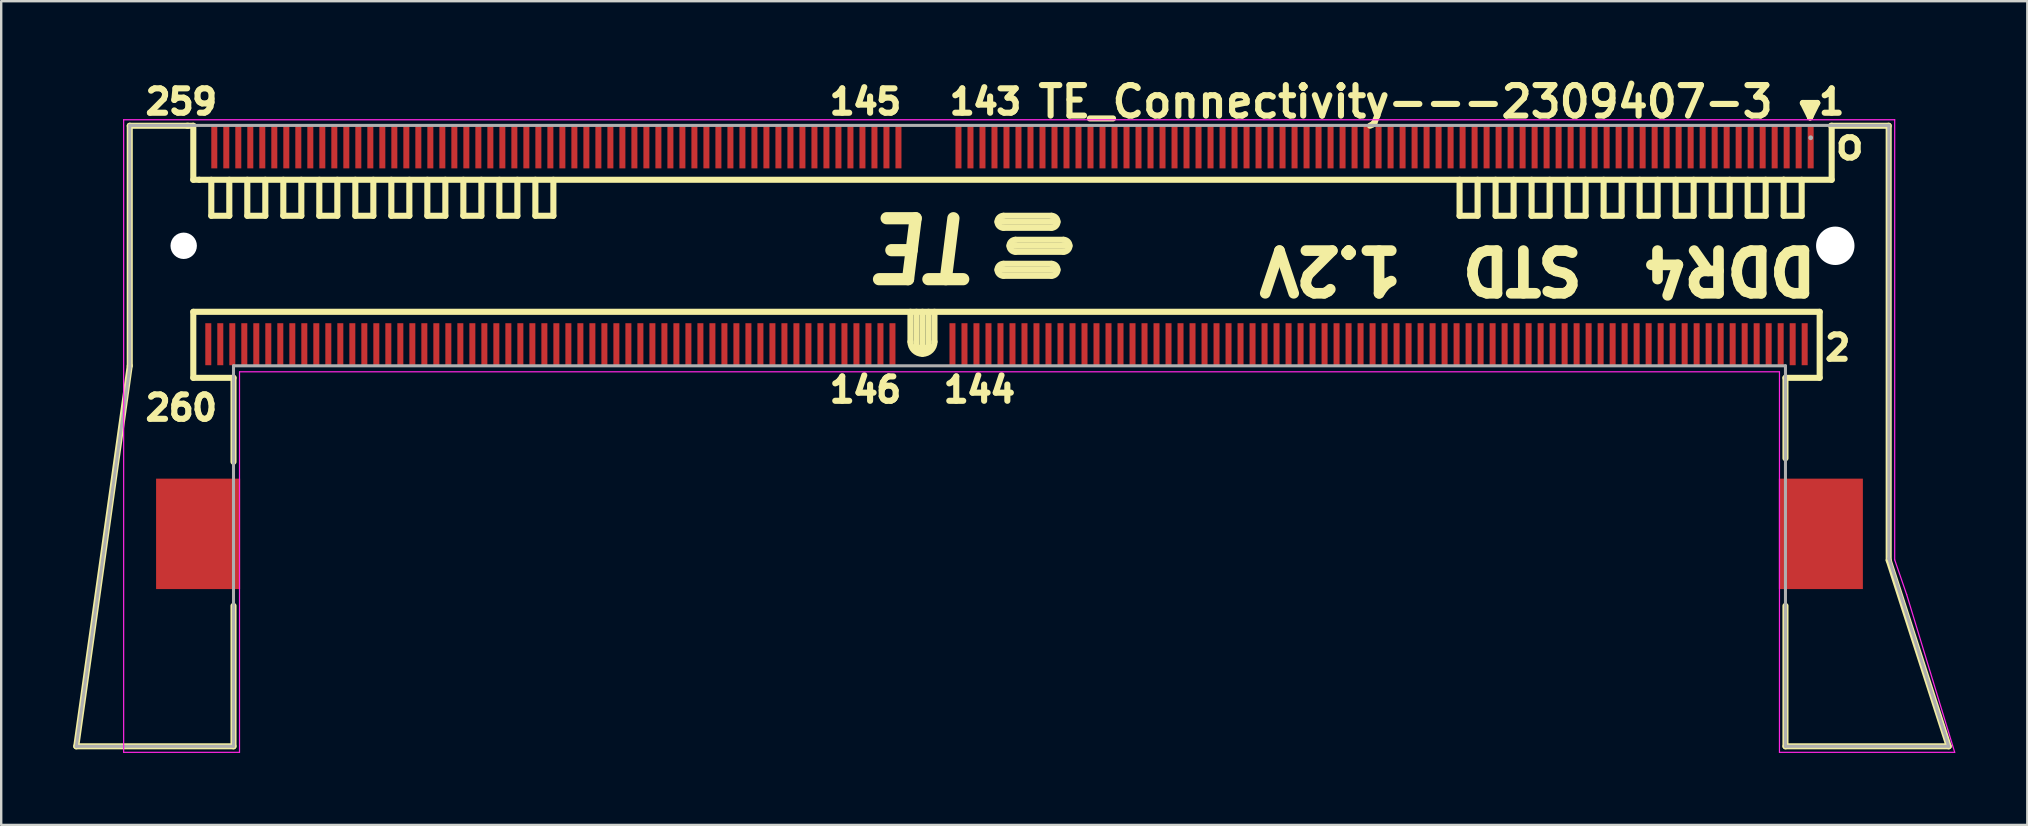
<source format=kicad_pcb>
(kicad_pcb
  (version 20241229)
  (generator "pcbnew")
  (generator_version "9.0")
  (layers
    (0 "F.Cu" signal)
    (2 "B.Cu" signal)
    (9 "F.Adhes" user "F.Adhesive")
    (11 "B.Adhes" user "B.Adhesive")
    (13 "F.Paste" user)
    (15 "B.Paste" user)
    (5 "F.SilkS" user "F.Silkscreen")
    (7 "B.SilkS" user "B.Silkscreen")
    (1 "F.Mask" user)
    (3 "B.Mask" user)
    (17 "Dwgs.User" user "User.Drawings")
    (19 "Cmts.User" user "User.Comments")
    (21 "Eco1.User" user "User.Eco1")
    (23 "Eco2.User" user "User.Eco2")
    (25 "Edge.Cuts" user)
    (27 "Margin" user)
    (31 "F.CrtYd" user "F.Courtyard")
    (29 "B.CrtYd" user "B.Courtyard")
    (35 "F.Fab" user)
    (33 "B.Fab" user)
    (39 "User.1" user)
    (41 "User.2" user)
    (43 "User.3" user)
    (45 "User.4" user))
  (footprint "TE_Connectivity---2309407-3"
    (layer "F.Cu")
    (at 35.502 7.189)
    (property "Reference" "TE_Connectivity---2309407-3" (at 20 -6 0) (layer "F.SilkS") (effects (font (size 1.27 1.27) (thickness 0.254))))
    (attr smd)
    (fp_line (start -35.375 20.85) (end -28.825 20.85) (stroke (width 0.254) (type solid)) (layer "F.SilkS"))
    (fp_line (start -33.147 -5) (end -33.147 5) (stroke (width 0.254) (type solid)) (layer "F.SilkS"))
    (fp_line (start -33.147 5) (end -35.375 20.85) (stroke (width 0.254) (type solid)) (layer "F.SilkS"))
    (fp_line (start -30.725 -5) (end -33.147 -5) (stroke (width 0.254) (type solid)) (layer "F.SilkS"))
    (fp_line (start -30.5 -5) (end -30.75 -5) (stroke (width 0.254) (type solid)) (layer "F.SilkS"))
    (fp_line (start -30.5 -2.75) (end -30.5 -5) (stroke (width 0.254) (type solid)) (layer "F.SilkS"))
    (fp_line (start -30.5 2.75) (end 37.25 2.75) (stroke (width 0.254) (type solid)) (layer "F.SilkS"))
    (fp_line (start -30.5 5.5) (end -30.5 2.75) (stroke (width 0.254) (type solid)) (layer "F.SilkS"))
    (fp_line (start -30.25 -2.75) (end -30.5 -2.75) (stroke (width 0.254) (type solid)) (layer "F.SilkS"))
    (fp_line (start -29.75 -1.25) (end -29.75 -2.75) (stroke (width 0.254) (type solid)) (layer "F.SilkS"))
    (fp_line (start -29 -2.75) (end -29 -1.25) (stroke (width 0.254) (type solid)) (layer "F.SilkS"))
    (fp_line (start -29 -1.25) (end -29.75 -1.25) (stroke (width 0.254) (type solid)) (layer "F.SilkS"))
    (fp_line (start -28.825 5.5) (end -30.5 5.5) (stroke (width 0.254) (type solid)) (layer "F.SilkS"))
    (fp_line (start -28.825 9) (end -28.825 5.5) (stroke (width 0.254) (type solid)) (layer "F.SilkS"))
    (fp_line (start -28.825 20.85) (end -28.825 15) (stroke (width 0.254) (type solid)) (layer "F.SilkS"))
    (fp_line (start -28.25 -1.25) (end -28.25 -2.75) (stroke (width 0.254) (type solid)) (layer "F.SilkS"))
    (fp_line (start -27.5 -2.75) (end -27.5 -1.25) (stroke (width 0.254) (type solid)) (layer "F.SilkS"))
    (fp_line (start -27.5 -1.25) (end -28.25 -1.25) (stroke (width 0.254) (type solid)) (layer "F.SilkS"))
    (fp_line (start -26.75 -1.25) (end -26.75 -2.75) (stroke (width 0.254) (type solid)) (layer "F.SilkS"))
    (fp_line (start -26 -2.75) (end -26 -1.25) (stroke (width 0.254) (type solid)) (layer "F.SilkS"))
    (fp_line (start -26 -1.25) (end -26.75 -1.25) (stroke (width 0.254) (type solid)) (layer "F.SilkS"))
    (fp_line (start -25.25 -1.25) (end -25.25 -2.75) (stroke (width 0.254) (type solid)) (layer "F.SilkS"))
    (fp_line (start -24.5 -2.75) (end -24.5 -1.25) (stroke (width 0.254) (type solid)) (layer "F.SilkS"))
    (fp_line (start -24.5 -1.25) (end -25.25 -1.25) (stroke (width 0.254) (type solid)) (layer "F.SilkS"))
    (fp_line (start -23.75 -1.25) (end -23.75 -2.75) (stroke (width 0.254) (type solid)) (layer "F.SilkS"))
    (fp_line (start -23 -2.75) (end -23 -1.25) (stroke (width 0.254) (type solid)) (layer "F.SilkS"))
    (fp_line (start -23 -1.25) (end -23.75 -1.25) (stroke (width 0.254) (type solid)) (layer "F.SilkS"))
    (fp_line (start -22.25 -1.25) (end -22.25 -2.75) (stroke (width 0.254) (type solid)) (layer "F.SilkS"))
    (fp_line (start -21.5 -2.75) (end -21.5 -1.25) (stroke (width 0.254) (type solid)) (layer "F.SilkS"))
    (fp_line (start -21.5 -1.25) (end -22.25 -1.25) (stroke (width 0.254) (type solid)) (layer "F.SilkS"))
    (fp_line (start -20.75 -1.25) (end -20.75 -2.75) (stroke (width 0.254) (type solid)) (layer "F.SilkS"))
    (fp_line (start -20 -2.75) (end -20 -1.25) (stroke (width 0.254) (type solid)) (layer "F.SilkS"))
    (fp_line (start -20 -1.25) (end -20.75 -1.25) (stroke (width 0.254) (type solid)) (layer "F.SilkS"))
    (fp_line (start -19.25 -1.25) (end -19.25 -2.75) (stroke (width 0.254) (type solid)) (layer "F.SilkS"))
    (fp_line (start -18.5 -2.75) (end -18.5 -1.25) (stroke (width 0.254) (type solid)) (layer "F.SilkS"))
    (fp_line (start -18.5 -1.25) (end -19.25 -1.25) (stroke (width 0.254) (type solid)) (layer "F.SilkS"))
    (fp_line (start -17.75 -1.25) (end -17.75 -2.75) (stroke (width 0.254) (type solid)) (layer "F.SilkS"))
    (fp_line (start -17 -2.75) (end -17 -1.25) (stroke (width 0.254) (type solid)) (layer "F.SilkS"))
    (fp_line (start -17 -1.25) (end -17.75 -1.25) (stroke (width 0.254) (type solid)) (layer "F.SilkS"))
    (fp_line (start -16.25 -1.25) (end -16.25 -2.75) (stroke (width 0.254) (type solid)) (layer "F.SilkS"))
    (fp_line (start -15.5 -2.75) (end -15.5 -1.25) (stroke (width 0.254) (type solid)) (layer "F.SilkS"))
    (fp_line (start -15.5 -1.25) (end -16.25 -1.25) (stroke (width 0.254) (type solid)) (layer "F.SilkS"))
    (fp_line (start -0.625 4) (end -0.625 2.75) (stroke (width 0.254) (type solid)) (layer "F.SilkS"))
    (fp_line (start -0.375 2.75) (end -0.375 4.25) (stroke (width 0.254) (type solid)) (layer "F.SilkS"))
    (fp_line (start -0.125 2.75) (end -0.125 4.5) (stroke (width 0.254) (type solid)) (layer "F.SilkS"))
    (fp_line (start 0.125 2.75) (end 0.125 4.25) (stroke (width 0.254) (type solid)) (layer "F.SilkS"))
    (fp_line (start 0.125 4.25) (end -0.375 4.25) (stroke (width 0.254) (type solid)) (layer "F.SilkS"))
    (fp_line (start 0.375 2.75) (end 0.375 4) (stroke (width 0.254) (type solid)) (layer "F.SilkS"))
    (fp_line (start 3 -1) (end 5.5 -1) (stroke (width 0.254) (type solid)) (layer "F.SilkS"))
    (fp_line (start 3 1) (end 5.5 1) (stroke (width 0.254) (type solid)) (layer "F.SilkS"))
    (fp_line (start 3.25 -1.25) (end 5.25 -1.25) (stroke (width 0.254) (type solid)) (layer "F.SilkS"))
    (fp_line (start 3.25 0.75) (end 5.25 0.75) (stroke (width 0.254) (type solid)) (layer "F.SilkS"))
    (fp_line (start 3.5 0) (end 6 0) (stroke (width 0.254) (type solid)) (layer "F.SilkS"))
    (fp_line (start 3.75 -0.25) (end 5.75 -0.25) (stroke (width 0.254) (type solid)) (layer "F.SilkS"))
    (fp_line (start 5.25 -0.75) (end 3.25 -0.75) (stroke (width 0.254) (type solid)) (layer "F.SilkS"))
    (fp_line (start 5.25 1.25) (end 3.25 1.25) (stroke (width 0.254) (type solid)) (layer "F.SilkS"))
    (fp_line (start 5.75 0.25) (end 3.75 0.25) (stroke (width 0.254) (type solid)) (layer "F.SilkS"))
    (fp_line (start 22.25 -1.25) (end 22.25 -2.75) (stroke (width 0.254) (type solid)) (layer "F.SilkS"))
    (fp_line (start 23 -2.75) (end 23 -1.25) (stroke (width 0.254) (type solid)) (layer "F.SilkS"))
    (fp_line (start 23 -1.25) (end 22.25 -1.25) (stroke (width 0.254) (type solid)) (layer "F.SilkS"))
    (fp_line (start 23.75 -1.25) (end 23.75 -2.75) (stroke (width 0.254) (type solid)) (layer "F.SilkS"))
    (fp_line (start 24.5 -2.75) (end 24.5 -1.25) (stroke (width 0.254) (type solid)) (layer "F.SilkS"))
    (fp_line (start 24.5 -1.25) (end 23.75 -1.25) (stroke (width 0.254) (type solid)) (layer "F.SilkS"))
    (fp_line (start 25.25 -1.25) (end 25.25 -2.75) (stroke (width 0.254) (type solid)) (layer "F.SilkS"))
    (fp_line (start 26 -2.75) (end 26 -1.25) (stroke (width 0.254) (type solid)) (layer "F.SilkS"))
    (fp_line (start 26 -1.25) (end 25.25 -1.25) (stroke (width 0.254) (type solid)) (layer "F.SilkS"))
    (fp_line (start 26.75 -1.25) (end 26.75 -2.75) (stroke (width 0.254) (type solid)) (layer "F.SilkS"))
    (fp_line (start 27.5 -2.75) (end 27.5 -1.25) (stroke (width 0.254) (type solid)) (layer "F.SilkS"))
    (fp_line (start 27.5 -1.25) (end 26.75 -1.25) (stroke (width 0.254) (type solid)) (layer "F.SilkS"))
    (fp_line (start 28.25 -1.25) (end 28.25 -2.75) (stroke (width 0.254) (type solid)) (layer "F.SilkS"))
    (fp_line (start 29 -2.75) (end 29 -1.25) (stroke (width 0.254) (type solid)) (layer "F.SilkS"))
    (fp_line (start 29 -1.25) (end 28.25 -1.25) (stroke (width 0.254) (type solid)) (layer "F.SilkS"))
    (fp_line (start 29.75 -1.25) (end 29.75 -2.75) (stroke (width 0.254) (type solid)) (layer "F.SilkS"))
    (fp_line (start 30.5 -2.75) (end 30.5 -1.25) (stroke (width 0.254) (type solid)) (layer "F.SilkS"))
    (fp_line (start 30.5 -1.25) (end 29.75 -1.25) (stroke (width 0.254) (type solid)) (layer "F.SilkS"))
    (fp_line (start 31.25 -1.25) (end 31.25 -2.75) (stroke (width 0.254) (type solid)) (layer "F.SilkS"))
    (fp_line (start 32 -2.75) (end 32 -1.25) (stroke (width 0.254) (type solid)) (layer "F.SilkS"))
    (fp_line (start 32 -1.25) (end 31.25 -1.25) (stroke (width 0.254) (type solid)) (layer "F.SilkS"))
    (fp_line (start 32.75 -1.25) (end 32.75 -2.75) (stroke (width 0.254) (type solid)) (layer "F.SilkS"))
    (fp_line (start 33.5 -2.75) (end 33.5 -1.25) (stroke (width 0.254) (type solid)) (layer "F.SilkS"))
    (fp_line (start 33.5 -1.25) (end 32.75 -1.25) (stroke (width 0.254) (type solid)) (layer "F.SilkS"))
    (fp_line (start 34.25 -1.25) (end 34.25 -2.75) (stroke (width 0.254) (type solid)) (layer "F.SilkS"))
    (fp_line (start 35 -2.75) (end 35 -1.25) (stroke (width 0.254) (type solid)) (layer "F.SilkS"))
    (fp_line (start 35 -1.25) (end 34.25 -1.25) (stroke (width 0.254) (type solid)) (layer "F.SilkS"))
    (fp_line (start 35.75 -2.75) (end -30.25 -2.75) (stroke (width 0.254) (type solid)) (layer "F.SilkS"))
    (fp_line (start 35.75 -1.25) (end 35.75 -2.75) (stroke (width 0.254) (type solid)) (layer "F.SilkS"))
    (fp_line (start 35.825 5.5) (end 35.825 8.85) (stroke (width 0.254) (type solid)) (layer "F.SilkS"))
    (fp_line (start 35.825 15) (end 35.825 20.85) (stroke (width 0.254) (type solid)) (layer "F.SilkS"))
    (fp_line (start 35.825 20.85) (end 42.625 20.85) (stroke (width 0.254) (type solid)) (layer "F.SilkS"))
    (fp_line (start 36.5 -2.75) (end 36.5 -1.25) (stroke (width 0.254) (type solid)) (layer "F.SilkS"))
    (fp_line (start 36.5 -1.25) (end 35.75 -1.25) (stroke (width 0.254) (type solid)) (layer "F.SilkS"))
    (fp_line (start 36.55 -5.95) (end 37.15 -5.95) (stroke (width 0.254) (type solid)) (layer "F.SilkS"))
    (fp_line (start 36.85 -5.35) (end 36.55 -5.95) (stroke (width 0.254) (type solid)) (layer "F.SilkS"))
    (fp_line (start 36.85 -5.35) (end 36.75 -5.85) (stroke (width 0.254) (type solid)) (layer "F.SilkS"))
    (fp_line (start 36.85 -5.35) (end 37 -5.85) (stroke (width 0.254) (type solid)) (layer "F.SilkS"))
    (fp_line (start 37.15 -5.95) (end 36.85 -5.35) (stroke (width 0.254) (type solid)) (layer "F.SilkS"))
    (fp_line (start 37.25 2.75) (end 37.25 5.5) (stroke (width 0.254) (type solid)) (layer "F.SilkS"))
    (fp_line (start 37.25 5.5) (end 35.825 5.5) (stroke (width 0.254) (type solid)) (layer "F.SilkS"))
    (fp_line (start 37.75 -5) (end 37.75 -2.75) (stroke (width 0.254) (type solid)) (layer "F.SilkS"))
    (fp_line (start 37.75 -2.75) (end 35.75 -2.75) (stroke (width 0.254) (type solid)) (layer "F.SilkS"))
    (fp_line (start 40.125 -5) (end 37.725 -5) (stroke (width 0.254) (type solid)) (layer "F.SilkS"))
    (fp_line (start 40.125 13.1) (end 40.125 -5) (stroke (width 0.254) (type solid)) (layer "F.SilkS"))
    (fp_line (start 40.125 13.1) (end 42.625 20.85) (stroke (width 0.254) (type solid)) (layer "F.SilkS"))
    (fp_arc (start 0.375 4) (mid -0.125 4.5) (end -0.625 4) (stroke (width 0.254) (type solid)) (layer "F.SilkS"))
    (fp_arc (start 3.25 -0.75) (mid 3 -1) (end 3.25 -1.25) (stroke (width 0.254) (type solid)) (layer "F.SilkS"))
    (fp_arc (start 3.25 1.25) (mid 3 1) (end 3.25 0.75) (stroke (width 0.254) (type solid)) (layer "F.SilkS"))
    (fp_arc (start 3.75 0.25) (mid 3.5 0) (end 3.75 -0.25) (stroke (width 0.254) (type solid)) (layer "F.SilkS"))
    (fp_arc (start 5.25 -1.25) (mid 5.5 -1) (end 5.25 -0.75) (stroke (width 0.254) (type solid)) (layer "F.SilkS"))
    (fp_arc (start 5.25 0.75) (mid 5.5 1) (end 5.25 1.25) (stroke (width 0.254) (type solid)) (layer "F.SilkS"))
    (fp_arc (start 5.75 -0.25) (mid 6 0) (end 5.75 0.25) (stroke (width 0.254) (type solid)) (layer "F.SilkS"))
    (fp_line (start -33.401 -5.25) (end 40.375 -5.25) (stroke (width 0.05) (type solid)) (layer "F.CrtYd"))
    (fp_line (start -33.401 21.1) (end -33.401 -5.25) (stroke (width 0.05) (type solid)) (layer "F.CrtYd"))
    (fp_line (start -28.575 5.25) (end -28.575 21.1) (stroke (width 0.05) (type solid)) (layer "F.CrtYd"))
    (fp_line (start -28.575 21.1) (end -33.401 21.1) (stroke (width 0.05) (type solid)) (layer "F.CrtYd"))
    (fp_line (start 35.575 5.25) (end -28.575 5.25) (stroke (width 0.05) (type solid)) (layer "F.CrtYd"))
    (fp_line (start 35.575 21.1) (end 35.575 5.25) (stroke (width 0.05) (type solid)) (layer "F.CrtYd"))
    (fp_line (start 40.375 -5.25) (end 40.375 13.081) (stroke (width 0.05) (type solid)) (layer "F.CrtYd"))
    (fp_line (start 40.375 13.081) (end 40.875 14.531) (stroke (width 0.05) (type solid)) (layer "F.CrtYd"))
    (fp_line (start 40.875 14.531) (end 42.875 21.1) (stroke (width 0.05) (type solid)) (layer "F.CrtYd"))
    (fp_line (start 42.875 21.1) (end 35.575 21.1) (stroke (width 0.05) (type solid)) (layer "F.CrtYd"))
    (fp_line (start -35.375 20.85) (end -28.825 20.85) (stroke (width 0.127) (type solid)) (layer "F.Fab"))
    (fp_line (start -33.147 -5.016) (end -33.147 5.08) (stroke (width 0.127) (type solid)) (layer "F.Fab"))
    (fp_line (start -33.147 5.08) (end -35.375 20.85) (stroke (width 0.127) (type solid)) (layer "F.Fab"))
    (fp_line (start -28.825 5) (end 35.825 5) (stroke (width 0.127) (type solid)) (layer "F.Fab"))
    (fp_line (start -28.825 20.85) (end -28.825 5) (stroke (width 0.127) (type solid)) (layer "F.Fab"))
    (fp_line (start 35.825 5) (end 35.825 20.85) (stroke (width 0.127) (type solid)) (layer "F.Fab"))
    (fp_line (start 35.825 20.85) (end 42.625 20.85) (stroke (width 0.127) (type solid)) (layer "F.Fab"))
    (fp_line (start 40.132 -5.016) (end -33.147 -5.016) (stroke (width 0.127) (type solid)) (layer "F.Fab"))
    (fp_line (start 40.132 13.031) (end 40.132 -5.016) (stroke (width 0.127) (type solid)) (layer "F.Fab"))
    (fp_line (start 42.625 20.85) (end 40.132 13.031) (stroke (width 0.127) (type solid)) (layer "F.Fab"))
    (fp_circle (center 36.875 -4.5) (end 36.925 -4.5) (stroke (width 0.1) (type solid)) (fill no) (layer "F.Fab"))
    (fp_text user "DDR4  STD  1.2V" (at 25.5 1 180) (unlocked yes) (layer "F.SilkS") (effects (font (size 1.778 1.778) (thickness 0.445))))
    (fp_text user "o" (at 38.5 -4.25 0) (layer "F.SilkS") (effects (font (size 1.27 1.27) (thickness 0.254))))
    (fp_text user "2" (at 38 4.25 0) (layer "F.SilkS") (effects (font (size 1.016 1.016) (thickness 0.254))))
    (fp_text user "259" (at -31 -6 0) (layer "F.SilkS") (effects (font (size 1.016 1.016) (thickness 0.254))))
    (fp_text user "1" (at 37.75 -6 0) (layer "F.SilkS") (effects (font (size 1.016 1.016) (thickness 0.254))))
    (fp_text user "143" (at 2.5 -6 0) (layer "F.SilkS") (effects (font (size 1.016 1.016) (thickness 0.254))))
    (fp_text user "146" (at -2.5 6 0) (layer "F.SilkS") (effects (font (size 1.016 1.016) (thickness 0.254))))
    (fp_text user "260" (at -31 6.75 0) (layer "F.SilkS") (effects (font (size 1.016 1.016) (thickness 0.254))))
    (fp_text user "145" (at -2.5 -6 0) (layer "F.SilkS") (effects (font (size 1.016 1.016) (thickness 0.254))))
    (fp_text user "TE" (at 0 0 180) (unlocked yes) (layer "F.SilkS") (effects (font (size 2.54 2.54) (thickness 0.508) (italic yes))))
    (fp_text user "144" (at 2.25 6 0) (layer "F.SilkS") (effects (font (size 1.016 1.016) (thickness 0.254))))
    (pad "" np_thru_hole circle (at -30.9 0) (size 1.1 1.1) (drill 1.1) (layers "*.Cu" "*.Mask"))
    (pad "" np_thru_hole circle (at 37.9 0) (size 1.6 1.6) (drill 1.6) (layers "*.Cu" "*.Mask"))
    (pad "1" smd rect (at 36.875 -4.1) (size 0.25 1.75) (layers "F.Cu" "F.Mask" "F.Paste"))
    (pad "2" smd rect (at 36.625 4.1) (size 0.25 1.75) (layers "F.Cu" "F.Mask" "F.Paste"))
    (pad "3" smd rect (at 36.375 -4.1) (size 0.25 1.75) (layers "F.Cu" "F.Mask" "F.Paste"))
    (pad "4" smd rect (at 36.125 4.1) (size 0.25 1.75) (layers "F.Cu" "F.Mask" "F.Paste"))
    (pad "5" smd rect (at 35.875 -4.1) (size 0.25 1.75) (layers "F.Cu" "F.Mask" "F.Paste"))
    (pad "6" smd rect (at 35.625 4.1) (size 0.25 1.75) (layers "F.Cu" "F.Mask" "F.Paste"))
    (pad "7" smd rect (at 35.375 -4.1) (size 0.25 1.75) (layers "F.Cu" "F.Mask" "F.Paste"))
    (pad "8" smd rect (at 35.125 4.1) (size 0.25 1.75) (layers "F.Cu" "F.Mask" "F.Paste"))
    (pad "9" smd rect (at 34.875 -4.1) (size 0.25 1.75) (layers "F.Cu" "F.Mask" "F.Paste"))
    (pad "10" smd rect (at 34.625 4.1) (size 0.25 1.75) (layers "F.Cu" "F.Mask" "F.Paste"))
    (pad "11" smd rect (at 34.375 -4.1) (size 0.25 1.75) (layers "F.Cu" "F.Mask" "F.Paste"))
    (pad "12" smd rect (at 34.125 4.1) (size 0.25 1.75) (layers "F.Cu" "F.Mask" "F.Paste"))
    (pad "13" smd rect (at 33.875 -4.1) (size 0.25 1.75) (layers "F.Cu" "F.Mask" "F.Paste"))
    (pad "14" smd rect (at 33.625 4.1) (size 0.25 1.75) (layers "F.Cu" "F.Mask" "F.Paste"))
    (pad "15" smd rect (at 33.375 -4.1) (size 0.25 1.75) (layers "F.Cu" "F.Mask" "F.Paste"))
    (pad "16" smd rect (at 33.125 4.1) (size 0.25 1.75) (layers "F.Cu" "F.Mask" "F.Paste"))
    (pad "17" smd rect (at 32.875 -4.1) (size 0.25 1.75) (layers "F.Cu" "F.Mask" "F.Paste"))
    (pad "18" smd rect (at 32.625 4.1) (size 0.25 1.75) (layers "F.Cu" "F.Mask" "F.Paste"))
    (pad "19" smd rect (at 32.375 -4.1) (size 0.25 1.75) (layers "F.Cu" "F.Mask" "F.Paste"))
    (pad "20" smd rect (at 32.125 4.1) (size 0.25 1.75) (layers "F.Cu" "F.Mask" "F.Paste"))
    (pad "21" smd rect (at 31.875 -4.1) (size 0.25 1.75) (layers "F.Cu" "F.Mask" "F.Paste"))
    (pad "22" smd rect (at 31.625 4.1) (size 0.25 1.75) (layers "F.Cu" "F.Mask" "F.Paste"))
    (pad "23" smd rect (at 31.375 -4.1) (size 0.25 1.75) (layers "F.Cu" "F.Mask" "F.Paste"))
    (pad "24" smd rect (at 31.125 4.1) (size 0.25 1.75) (layers "F.Cu" "F.Mask" "F.Paste"))
    (pad "25" smd rect (at 30.875 -4.1) (size 0.25 1.75) (layers "F.Cu" "F.Mask" "F.Paste"))
    (pad "26" smd rect (at 30.625 4.1) (size 0.25 1.75) (layers "F.Cu" "F.Mask" "F.Paste"))
    (pad "27" smd rect (at 30.375 -4.1) (size 0.25 1.75) (layers "F.Cu" "F.Mask" "F.Paste"))
    (pad "28" smd rect (at 30.125 4.1) (size 0.25 1.75) (layers "F.Cu" "F.Mask" "F.Paste"))
    (pad "29" smd rect (at 29.875 -4.1) (size 0.25 1.75) (layers "F.Cu" "F.Mask" "F.Paste"))
    (pad "30" smd rect (at 29.625 4.1) (size 0.25 1.75) (layers "F.Cu" "F.Mask" "F.Paste"))
    (pad "31" smd rect (at 29.375 -4.1) (size 0.25 1.75) (layers "F.Cu" "F.Mask" "F.Paste"))
    (pad "32" smd rect (at 29.125 4.1) (size 0.25 1.75) (layers "F.Cu" "F.Mask" "F.Paste"))
    (pad "33" smd rect (at 28.875 -4.1) (size 0.25 1.75) (layers "F.Cu" "F.Mask" "F.Paste"))
    (pad "34" smd rect (at 28.625 4.1) (size 0.25 1.75) (layers "F.Cu" "F.Mask" "F.Paste"))
    (pad "35" smd rect (at 28.375 -4.1) (size 0.25 1.75) (layers "F.Cu" "F.Mask" "F.Paste"))
    (pad "36" smd rect (at 28.125 4.1) (size 0.25 1.75) (layers "F.Cu" "F.Mask" "F.Paste"))
    (pad "37" smd rect (at 27.875 -4.1) (size 0.25 1.75) (layers "F.Cu" "F.Mask" "F.Paste"))
    (pad "38" smd rect (at 27.625 4.1) (size 0.25 1.75) (layers "F.Cu" "F.Mask" "F.Paste"))
    (pad "39" smd rect (at 27.375 -4.1) (size 0.25 1.75) (layers "F.Cu" "F.Mask" "F.Paste"))
    (pad "40" smd rect (at 27.125 4.1) (size 0.25 1.75) (layers "F.Cu" "F.Mask" "F.Paste"))
    (pad "41" smd rect (at 26.875 -4.1) (size 0.25 1.75) (layers "F.Cu" "F.Mask" "F.Paste"))
    (pad "42" smd rect (at 26.625 4.1) (size 0.25 1.75) (layers "F.Cu" "F.Mask" "F.Paste"))
    (pad "43" smd rect (at 26.375 -4.1) (size 0.25 1.75) (layers "F.Cu" "F.Mask" "F.Paste"))
    (pad "44" smd rect (at 26.125 4.1) (size 0.25 1.75) (layers "F.Cu" "F.Mask" "F.Paste"))
    (pad "45" smd rect (at 25.875 -4.1) (size 0.25 1.75) (layers "F.Cu" "F.Mask" "F.Paste"))
    (pad "46" smd rect (at 25.625 4.1) (size 0.25 1.75) (layers "F.Cu" "F.Mask" "F.Paste"))
    (pad "47" smd rect (at 25.375 -4.1) (size 0.25 1.75) (layers "F.Cu" "F.Mask" "F.Paste"))
    (pad "48" smd rect (at 25.125 4.1) (size 0.25 1.75) (layers "F.Cu" "F.Mask" "F.Paste"))
    (pad "49" smd rect (at 24.875 -4.1) (size 0.25 1.75) (layers "F.Cu" "F.Mask" "F.Paste"))
    (pad "50" smd rect (at 24.625 4.1) (size 0.25 1.75) (layers "F.Cu" "F.Mask" "F.Paste"))
    (pad "51" smd rect (at 24.375 -4.1) (size 0.25 1.75) (layers "F.Cu" "F.Mask" "F.Paste"))
    (pad "52" smd rect (at 24.125 4.1) (size 0.25 1.75) (layers "F.Cu" "F.Mask" "F.Paste"))
    (pad "53" smd rect (at 23.875 -4.1) (size 0.25 1.75) (layers "F.Cu" "F.Mask" "F.Paste"))
    (pad "54" smd rect (at 23.625 4.1) (size 0.25 1.75) (layers "F.Cu" "F.Mask" "F.Paste"))
    (pad "55" smd rect (at 23.375 -4.1) (size 0.25 1.75) (layers "F.Cu" "F.Mask" "F.Paste"))
    (pad "56" smd rect (at 23.125 4.1) (size 0.25 1.75) (layers "F.Cu" "F.Mask" "F.Paste"))
    (pad "57" smd rect (at 22.875 -4.1) (size 0.25 1.75) (layers "F.Cu" "F.Mask" "F.Paste"))
    (pad "58" smd rect (at 22.625 4.1) (size 0.25 1.75) (layers "F.Cu" "F.Mask" "F.Paste"))
    (pad "59" smd rect (at 22.375 -4.1) (size 0.25 1.75) (layers "F.Cu" "F.Mask" "F.Paste"))
    (pad "60" smd rect (at 22.125 4.1) (size 0.25 1.75) (layers "F.Cu" "F.Mask" "F.Paste"))
    (pad "61" smd rect (at 21.875 -4.1) (size 0.25 1.75) (layers "F.Cu" "F.Mask" "F.Paste"))
    (pad "62" smd rect (at 21.625 4.1) (size 0.25 1.75) (layers "F.Cu" "F.Mask" "F.Paste"))
    (pad "63" smd rect (at 21.375 -4.1) (size 0.25 1.75) (layers "F.Cu" "F.Mask" "F.Paste"))
    (pad "64" smd rect (at 21.125 4.1) (size 0.25 1.75) (layers "F.Cu" "F.Mask" "F.Paste"))
    (pad "65" smd rect (at 20.875 -4.1) (size 0.25 1.75) (layers "F.Cu" "F.Mask" "F.Paste"))
    (pad "66" smd rect (at 20.625 4.1) (size 0.25 1.75) (layers "F.Cu" "F.Mask" "F.Paste"))
    (pad "67" smd rect (at 20.375 -4.1) (size 0.25 1.75) (layers "F.Cu" "F.Mask" "F.Paste"))
    (pad "68" smd rect (at 20.125 4.1) (size 0.25 1.75) (layers "F.Cu" "F.Mask" "F.Paste"))
    (pad "69" smd rect (at 19.875 -4.1) (size 0.25 1.75) (layers "F.Cu" "F.Mask" "F.Paste"))
    (pad "70" smd rect (at 19.625 4.1) (size 0.25 1.75) (layers "F.Cu" "F.Mask" "F.Paste"))
    (pad "71" smd rect (at 19.375 -4.1) (size 0.25 1.75) (layers "F.Cu" "F.Mask" "F.Paste"))
    (pad "72" smd rect (at 19.125 4.1) (size 0.25 1.75) (layers "F.Cu" "F.Mask" "F.Paste"))
    (pad "73" smd rect (at 18.875 -4.1) (size 0.25 1.75) (layers "F.Cu" "F.Mask" "F.Paste"))
    (pad "74" smd rect (at 18.625 4.1) (size 0.25 1.75) (layers "F.Cu" "F.Mask" "F.Paste"))
    (pad "75" smd rect (at 18.375 -4.1) (size 0.25 1.75) (layers "F.Cu" "F.Mask" "F.Paste"))
    (pad "76" smd rect (at 18.125 4.1) (size 0.25 1.75) (layers "F.Cu" "F.Mask" "F.Paste"))
    (pad "77" smd rect (at 17.875 -4.1) (size 0.25 1.75) (layers "F.Cu" "F.Mask" "F.Paste"))
    (pad "78" smd rect (at 17.625 4.1) (size 0.25 1.75) (layers "F.Cu" "F.Mask" "F.Paste"))
    (pad "79" smd rect (at 17.375 -4.1) (size 0.25 1.75) (layers "F.Cu" "F.Mask" "F.Paste"))
    (pad "80" smd rect (at 17.125 4.1) (size 0.25 1.75) (layers "F.Cu" "F.Mask" "F.Paste"))
    (pad "81" smd rect (at 16.875 -4.1) (size 0.25 1.75) (layers "F.Cu" "F.Mask" "F.Paste"))
    (pad "82" smd rect (at 16.625 4.1) (size 0.25 1.75) (layers "F.Cu" "F.Mask" "F.Paste"))
    (pad "83" smd rect (at 16.375 -4.1) (size 0.25 1.75) (layers "F.Cu" "F.Mask" "F.Paste"))
    (pad "84" smd rect (at 16.125 4.1) (size 0.25 1.75) (layers "F.Cu" "F.Mask" "F.Paste"))
    (pad "85" smd rect (at 15.875 -4.1) (size 0.25 1.75) (layers "F.Cu" "F.Mask" "F.Paste"))
    (pad "86" smd rect (at 15.625 4.1) (size 0.25 1.75) (layers "F.Cu" "F.Mask" "F.Paste"))
    (pad "87" smd rect (at 15.375 -4.1) (size 0.25 1.75) (layers "F.Cu" "F.Mask" "F.Paste"))
    (pad "88" smd rect (at 15.125 4.1) (size 0.25 1.75) (layers "F.Cu" "F.Mask" "F.Paste"))
    (pad "89" smd rect (at 14.875 -4.1) (size 0.25 1.75) (layers "F.Cu" "F.Mask" "F.Paste"))
    (pad "90" smd rect (at 14.625 4.1) (size 0.25 1.75) (layers "F.Cu" "F.Mask" "F.Paste"))
    (pad "91" smd rect (at 14.375 -4.1) (size 0.25 1.75) (layers "F.Cu" "F.Mask" "F.Paste"))
    (pad "92" smd rect (at 14.125 4.1) (size 0.25 1.75) (layers "F.Cu" "F.Mask" "F.Paste"))
    (pad "93" smd rect (at 13.875 -4.1) (size 0.25 1.75) (layers "F.Cu" "F.Mask" "F.Paste"))
    (pad "94" smd rect (at 13.625 4.1) (size 0.25 1.75) (layers "F.Cu" "F.Mask" "F.Paste"))
    (pad "95" smd rect (at 13.375 -4.1) (size 0.25 1.75) (layers "F.Cu" "F.Mask" "F.Paste"))
    (pad "96" smd rect (at 13.125 4.1) (size 0.25 1.75) (layers "F.Cu" "F.Mask" "F.Paste"))
    (pad "97" smd rect (at 12.875 -4.1) (size 0.25 1.75) (layers "F.Cu" "F.Mask" "F.Paste"))
    (pad "98" smd rect (at 12.625 4.1) (size 0.25 1.75) (layers "F.Cu" "F.Mask" "F.Paste"))
    (pad "99" smd rect (at 12.375 -4.1) (size 0.25 1.75) (layers "F.Cu" "F.Mask" "F.Paste"))
    (pad "100" smd rect (at 12.125 4.1) (size 0.25 1.75) (layers "F.Cu" "F.Mask" "F.Paste"))
    (pad "101" smd rect (at 11.875 -4.1) (size 0.25 1.75) (layers "F.Cu" "F.Mask" "F.Paste"))
    (pad "102" smd rect (at 11.625 4.1) (size 0.25 1.75) (layers "F.Cu" "F.Mask" "F.Paste"))
    (pad "103" smd rect (at 11.375 -4.1) (size 0.25 1.75) (layers "F.Cu" "F.Mask" "F.Paste"))
    (pad "104" smd rect (at 11.125 4.1) (size 0.25 1.75) (layers "F.Cu" "F.Mask" "F.Paste"))
    (pad "105" smd rect (at 10.875 -4.1) (size 0.25 1.75) (layers "F.Cu" "F.Mask" "F.Paste"))
    (pad "106" smd rect (at 10.625 4.1) (size 0.25 1.75) (layers "F.Cu" "F.Mask" "F.Paste"))
    (pad "107" smd rect (at 10.375 -4.1) (size 0.25 1.75) (layers "F.Cu" "F.Mask" "F.Paste"))
    (pad "108" smd rect (at 10.125 4.1) (size 0.25 1.75) (layers "F.Cu" "F.Mask" "F.Paste"))
    (pad "109" smd rect (at 9.875 -4.1) (size 0.25 1.75) (layers "F.Cu" "F.Mask" "F.Paste"))
    (pad "110" smd rect (at 9.625 4.1) (size 0.25 1.75) (layers "F.Cu" "F.Mask" "F.Paste"))
    (pad "111" smd rect (at 9.375 -4.1) (size 0.25 1.75) (layers "F.Cu" "F.Mask" "F.Paste"))
    (pad "112" smd rect (at 9.125 4.1) (size 0.25 1.75) (layers "F.Cu" "F.Mask" "F.Paste"))
    (pad "113" smd rect (at 8.875 -4.1) (size 0.25 1.75) (layers "F.Cu" "F.Mask" "F.Paste"))
    (pad "114" smd rect (at 8.625 4.1) (size 0.25 1.75) (layers "F.Cu" "F.Mask" "F.Paste"))
    (pad "115" smd rect (at 8.375 -4.1) (size 0.25 1.75) (layers "F.Cu" "F.Mask" "F.Paste"))
    (pad "116" smd rect (at 8.125 4.1) (size 0.25 1.75) (layers "F.Cu" "F.Mask" "F.Paste"))
    (pad "117" smd rect (at 7.875 -4.1) (size 0.25 1.75) (layers "F.Cu" "F.Mask" "F.Paste"))
    (pad "118" smd rect (at 7.625 4.1) (size 0.25 1.75) (layers "F.Cu" "F.Mask" "F.Paste"))
    (pad "119" smd rect (at 7.375 -4.1) (size 0.25 1.75) (layers "F.Cu" "F.Mask" "F.Paste"))
    (pad "120" smd rect (at 7.125 4.1) (size 0.25 1.75) (layers "F.Cu" "F.Mask" "F.Paste"))
    (pad "121" smd rect (at 6.875 -4.1) (size 0.25 1.75) (layers "F.Cu" "F.Mask" "F.Paste"))
    (pad "122" smd rect (at 6.625 4.1) (size 0.25 1.75) (layers "F.Cu" "F.Mask" "F.Paste"))
    (pad "123" smd rect (at 6.375 -4.1) (size 0.25 1.75) (layers "F.Cu" "F.Mask" "F.Paste"))
    (pad "124" smd rect (at 6.125 4.1) (size 0.25 1.75) (layers "F.Cu" "F.Mask" "F.Paste"))
    (pad "125" smd rect (at 5.875 -4.1) (size 0.25 1.75) (layers "F.Cu" "F.Mask" "F.Paste"))
    (pad "126" smd rect (at 5.625 4.1) (size 0.25 1.75) (layers "F.Cu" "F.Mask" "F.Paste"))
    (pad "127" smd rect (at 5.375 -4.1) (size 0.25 1.75) (layers "F.Cu" "F.Mask" "F.Paste"))
    (pad "128" smd rect (at 5.125 4.1) (size 0.25 1.75) (layers "F.Cu" "F.Mask" "F.Paste"))
    (pad "129" smd rect (at 4.875 -4.1) (size 0.25 1.75) (layers "F.Cu" "F.Mask" "F.Paste"))
    (pad "130" smd rect (at 4.625 4.1) (size 0.25 1.75) (layers "F.Cu" "F.Mask" "F.Paste"))
    (pad "131" smd rect (at 4.375 -4.1) (size 0.25 1.75) (layers "F.Cu" "F.Mask" "F.Paste"))
    (pad "132" smd rect (at 4.125 4.1) (size 0.25 1.75) (layers "F.Cu" "F.Mask" "F.Paste"))
    (pad "133" smd rect (at 3.875 -4.1) (size 0.25 1.75) (layers "F.Cu" "F.Mask" "F.Paste"))
    (pad "134" smd rect (at 3.625 4.1) (size 0.25 1.75) (layers "F.Cu" "F.Mask" "F.Paste"))
    (pad "135" smd rect (at 3.375 -4.1) (size 0.25 1.75) (layers "F.Cu" "F.Mask" "F.Paste"))
    (pad "136" smd rect (at 3.125 4.1) (size 0.25 1.75) (layers "F.Cu" "F.Mask" "F.Paste"))
    (pad "137" smd rect (at 2.875 -4.1) (size 0.25 1.75) (layers "F.Cu" "F.Mask" "F.Paste"))
    (pad "138" smd rect (at 2.625 4.1) (size 0.25 1.75) (layers "F.Cu" "F.Mask" "F.Paste"))
    (pad "139" smd rect (at 2.375 -4.1) (size 0.25 1.75) (layers "F.Cu" "F.Mask" "F.Paste"))
    (pad "140" smd rect (at 2.125 4.1) (size 0.25 1.75) (layers "F.Cu" "F.Mask" "F.Paste"))
    (pad "141" smd rect (at 1.875 -4.1) (size 0.25 1.75) (layers "F.Cu" "F.Mask" "F.Paste"))
    (pad "142" smd rect (at 1.625 4.1) (size 0.25 1.75) (layers "F.Cu" "F.Mask" "F.Paste"))
    (pad "143" smd rect (at 1.375 -4.1) (size 0.25 1.75) (layers "F.Cu" "F.Mask" "F.Paste"))
    (pad "144" smd rect (at 1.125 4.1) (size 0.25 1.75) (layers "F.Cu" "F.Mask" "F.Paste"))
    (pad "145" smd rect (at -1.125 -4.1) (size 0.25 1.75) (layers "F.Cu" "F.Mask" "F.Paste"))
    (pad "146" smd rect (at -1.375 4.1) (size 0.25 1.75) (layers "F.Cu" "F.Mask" "F.Paste"))
    (pad "147" smd rect (at -1.625 -4.1) (size 0.25 1.75) (layers "F.Cu" "F.Mask" "F.Paste"))
    (pad "148" smd rect (at -1.875 4.1) (size 0.25 1.75) (layers "F.Cu" "F.Mask" "F.Paste"))
    (pad "149" smd rect (at -2.125 -4.1) (size 0.25 1.75) (layers "F.Cu" "F.Mask" "F.Paste"))
    (pad "150" smd rect (at -2.375 4.1) (size 0.25 1.75) (layers "F.Cu" "F.Mask" "F.Paste"))
    (pad "151" smd rect (at -2.625 -4.1) (size 0.25 1.75) (layers "F.Cu" "F.Mask" "F.Paste"))
    (pad "152" smd rect (at -2.875 4.1) (size 0.25 1.75) (layers "F.Cu" "F.Mask" "F.Paste"))
    (pad "153" smd rect (at -3.125 -4.1) (size 0.25 1.75) (layers "F.Cu" "F.Mask" "F.Paste"))
    (pad "154" smd rect (at -3.375 4.1) (size 0.25 1.75) (layers "F.Cu" "F.Mask" "F.Paste"))
    (pad "155" smd rect (at -3.625 -4.1) (size 0.25 1.75) (layers "F.Cu" "F.Mask" "F.Paste"))
    (pad "156" smd rect (at -3.875 4.1) (size 0.25 1.75) (layers "F.Cu" "F.Mask" "F.Paste"))
    (pad "157" smd rect (at -4.125 -4.1) (size 0.25 1.75) (layers "F.Cu" "F.Mask" "F.Paste"))
    (pad "158" smd rect (at -4.375 4.1) (size 0.25 1.75) (layers "F.Cu" "F.Mask" "F.Paste"))
    (pad "159" smd rect (at -4.625 -4.1) (size 0.25 1.75) (layers "F.Cu" "F.Mask" "F.Paste"))
    (pad "160" smd rect (at -4.875 4.1) (size 0.25 1.75) (layers "F.Cu" "F.Mask" "F.Paste"))
    (pad "161" smd rect (at -5.125 -4.1) (size 0.25 1.75) (layers "F.Cu" "F.Mask" "F.Paste"))
    (pad "162" smd rect (at -5.375 4.1) (size 0.25 1.75) (layers "F.Cu" "F.Mask" "F.Paste"))
    (pad "163" smd rect (at -5.625 -4.1) (size 0.25 1.75) (layers "F.Cu" "F.Mask" "F.Paste"))
    (pad "164" smd rect (at -5.875 4.1) (size 0.25 1.75) (layers "F.Cu" "F.Mask" "F.Paste"))
    (pad "165" smd rect (at -6.125 -4.1) (size 0.25 1.75) (layers "F.Cu" "F.Mask" "F.Paste"))
    (pad "166" smd rect (at -6.375 4.1) (size 0.25 1.75) (layers "F.Cu" "F.Mask" "F.Paste"))
    (pad "167" smd rect (at -6.625 -4.1) (size 0.25 1.75) (layers "F.Cu" "F.Mask" "F.Paste"))
    (pad "168" smd rect (at -6.875 4.1) (size 0.25 1.75) (layers "F.Cu" "F.Mask" "F.Paste"))
    (pad "169" smd rect (at -7.125 -4.1) (size 0.25 1.75) (layers "F.Cu" "F.Mask" "F.Paste"))
    (pad "170" smd rect (at -7.375 4.1) (size 0.25 1.75) (layers "F.Cu" "F.Mask" "F.Paste"))
    (pad "171" smd rect (at -7.625 -4.1) (size 0.25 1.75) (layers "F.Cu" "F.Mask" "F.Paste"))
    (pad "172" smd rect (at -7.875 4.1) (size 0.25 1.75) (layers "F.Cu" "F.Mask" "F.Paste"))
    (pad "173" smd rect (at -8.125 -4.1) (size 0.25 1.75) (layers "F.Cu" "F.Mask" "F.Paste"))
    (pad "174" smd rect (at -8.375 4.1) (size 0.25 1.75) (layers "F.Cu" "F.Mask" "F.Paste"))
    (pad "175" smd rect (at -8.625 -4.1) (size 0.25 1.75) (layers "F.Cu" "F.Mask" "F.Paste"))
    (pad "176" smd rect (at -8.875 4.1) (size 0.25 1.75) (layers "F.Cu" "F.Mask" "F.Paste"))
    (pad "177" smd rect (at -9.125 -4.1) (size 0.25 1.75) (layers "F.Cu" "F.Mask" "F.Paste"))
    (pad "178" smd rect (at -9.375 4.1) (size 0.25 1.75) (layers "F.Cu" "F.Mask" "F.Paste"))
    (pad "179" smd rect (at -9.625 -4.1) (size 0.25 1.75) (layers "F.Cu" "F.Mask" "F.Paste"))
    (pad "180" smd rect (at -9.875 4.1) (size 0.25 1.75) (layers "F.Cu" "F.Mask" "F.Paste"))
    (pad "181" smd rect (at -10.125 -4.1) (size 0.25 1.75) (layers "F.Cu" "F.Mask" "F.Paste"))
    (pad "182" smd rect (at -10.375 4.1) (size 0.25 1.75) (layers "F.Cu" "F.Mask" "F.Paste"))
    (pad "183" smd rect (at -10.625 -4.1) (size 0.25 1.75) (layers "F.Cu" "F.Mask" "F.Paste"))
    (pad "184" smd rect (at -10.875 4.1) (size 0.25 1.75) (layers "F.Cu" "F.Mask" "F.Paste"))
    (pad "185" smd rect (at -11.125 -4.1) (size 0.25 1.75) (layers "F.Cu" "F.Mask" "F.Paste"))
    (pad "186" smd rect (at -11.375 4.1) (size 0.25 1.75) (layers "F.Cu" "F.Mask" "F.Paste"))
    (pad "187" smd rect (at -11.625 -4.1) (size 0.25 1.75) (layers "F.Cu" "F.Mask" "F.Paste"))
    (pad "188" smd rect (at -11.875 4.1) (size 0.25 1.75) (layers "F.Cu" "F.Mask" "F.Paste"))
    (pad "189" smd rect (at -12.125 -4.1) (size 0.25 1.75) (layers "F.Cu" "F.Mask" "F.Paste"))
    (pad "190" smd rect (at -12.375 4.1) (size 0.25 1.75) (layers "F.Cu" "F.Mask" "F.Paste"))
    (pad "191" smd rect (at -12.625 -4.1) (size 0.25 1.75) (layers "F.Cu" "F.Mask" "F.Paste"))
    (pad "192" smd rect (at -12.875 4.1) (size 0.25 1.75) (layers "F.Cu" "F.Mask" "F.Paste"))
    (pad "193" smd rect (at -13.125 -4.1) (size 0.25 1.75) (layers "F.Cu" "F.Mask" "F.Paste"))
    (pad "194" smd rect (at -13.375 4.1) (size 0.25 1.75) (layers "F.Cu" "F.Mask" "F.Paste"))
    (pad "195" smd rect (at -13.625 -4.1) (size 0.25 1.75) (layers "F.Cu" "F.Mask" "F.Paste"))
    (pad "196" smd rect (at -13.875 4.1) (size 0.25 1.75) (layers "F.Cu" "F.Mask" "F.Paste"))
    (pad "197" smd rect (at -14.125 -4.1) (size 0.25 1.75) (layers "F.Cu" "F.Mask" "F.Paste"))
    (pad "198" smd rect (at -14.375 4.1) (size 0.25 1.75) (layers "F.Cu" "F.Mask" "F.Paste"))
    (pad "199" smd rect (at -14.625 -4.1) (size 0.25 1.75) (layers "F.Cu" "F.Mask" "F.Paste"))
    (pad "200" smd rect (at -14.875 4.1) (size 0.25 1.75) (layers "F.Cu" "F.Mask" "F.Paste"))
    (pad "201" smd rect (at -15.125 -4.1) (size 0.25 1.75) (layers "F.Cu" "F.Mask" "F.Paste"))
    (pad "202" smd rect (at -15.375 4.1) (size 0.25 1.75) (layers "F.Cu" "F.Mask" "F.Paste"))
    (pad "203" smd rect (at -15.625 -4.1) (size 0.25 1.75) (layers "F.Cu" "F.Mask" "F.Paste"))
    (pad "204" smd rect (at -15.875 4.1) (size 0.25 1.75) (layers "F.Cu" "F.Mask" "F.Paste"))
    (pad "205" smd rect (at -16.125 -4.1) (size 0.25 1.75) (layers "F.Cu" "F.Mask" "F.Paste"))
    (pad "206" smd rect (at -16.375 4.1) (size 0.25 1.75) (layers "F.Cu" "F.Mask" "F.Paste"))
    (pad "207" smd rect (at -16.625 -4.1) (size 0.25 1.75) (layers "F.Cu" "F.Mask" "F.Paste"))
    (pad "208" smd rect (at -16.875 4.1) (size 0.25 1.75) (layers "F.Cu" "F.Mask" "F.Paste"))
    (pad "209" smd rect (at -17.125 -4.1) (size 0.25 1.75) (layers "F.Cu" "F.Mask" "F.Paste"))
    (pad "210" smd rect (at -17.375 4.1) (size 0.25 1.75) (layers "F.Cu" "F.Mask" "F.Paste"))
    (pad "211" smd rect (at -17.625 -4.1) (size 0.25 1.75) (layers "F.Cu" "F.Mask" "F.Paste"))
    (pad "212" smd rect (at -17.875 4.1) (size 0.25 1.75) (layers "F.Cu" "F.Mask" "F.Paste"))
    (pad "213" smd rect (at -18.125 -4.1) (size 0.25 1.75) (layers "F.Cu" "F.Mask" "F.Paste"))
    (pad "214" smd rect (at -18.375 4.1) (size 0.25 1.75) (layers "F.Cu" "F.Mask" "F.Paste"))
    (pad "215" smd rect (at -18.625 -4.1) (size 0.25 1.75) (layers "F.Cu" "F.Mask" "F.Paste"))
    (pad "216" smd rect (at -18.875 4.1) (size 0.25 1.75) (layers "F.Cu" "F.Mask" "F.Paste"))
    (pad "217" smd rect (at -19.125 -4.1) (size 0.25 1.75) (layers "F.Cu" "F.Mask" "F.Paste"))
    (pad "218" smd rect (at -19.375 4.1) (size 0.25 1.75) (layers "F.Cu" "F.Mask" "F.Paste"))
    (pad "219" smd rect (at -19.625 -4.1) (size 0.25 1.75) (layers "F.Cu" "F.Mask" "F.Paste"))
    (pad "220" smd rect (at -19.875 4.1) (size 0.25 1.75) (layers "F.Cu" "F.Mask" "F.Paste"))
    (pad "221" smd rect (at -20.125 -4.1) (size 0.25 1.75) (layers "F.Cu" "F.Mask" "F.Paste"))
    (pad "222" smd rect (at -20.375 4.1) (size 0.25 1.75) (layers "F.Cu" "F.Mask" "F.Paste"))
    (pad "223" smd rect (at -20.625 -4.1) (size 0.25 1.75) (layers "F.Cu" "F.Mask" "F.Paste"))
    (pad "224" smd rect (at -20.875 4.1) (size 0.25 1.75) (layers "F.Cu" "F.Mask" "F.Paste"))
    (pad "225" smd rect (at -21.125 -4.1) (size 0.25 1.75) (layers "F.Cu" "F.Mask" "F.Paste"))
    (pad "226" smd rect (at -21.375 4.1) (size 0.25 1.75) (layers "F.Cu" "F.Mask" "F.Paste"))
    (pad "227" smd rect (at -21.625 -4.1) (size 0.25 1.75) (layers "F.Cu" "F.Mask" "F.Paste"))
    (pad "228" smd rect (at -21.875 4.1) (size 0.25 1.75) (layers "F.Cu" "F.Mask" "F.Paste"))
    (pad "229" smd rect (at -22.125 -4.1) (size 0.25 1.75) (layers "F.Cu" "F.Mask" "F.Paste"))
    (pad "230" smd rect (at -22.375 4.1) (size 0.25 1.75) (layers "F.Cu" "F.Mask" "F.Paste"))
    (pad "231" smd rect (at -22.625 -4.1) (size 0.25 1.75) (layers "F.Cu" "F.Mask" "F.Paste"))
    (pad "232" smd rect (at -22.875 4.1) (size 0.25 1.75) (layers "F.Cu" "F.Mask" "F.Paste"))
    (pad "233" smd rect (at -23.125 -4.1) (size 0.25 1.75) (layers "F.Cu" "F.Mask" "F.Paste"))
    (pad "234" smd rect (at -23.375 4.1) (size 0.25 1.75) (layers "F.Cu" "F.Mask" "F.Paste"))
    (pad "235" smd rect (at -23.625 -4.1) (size 0.25 1.75) (layers "F.Cu" "F.Mask" "F.Paste"))
    (pad "236" smd rect (at -23.875 4.1) (size 0.25 1.75) (layers "F.Cu" "F.Mask" "F.Paste"))
    (pad "237" smd rect (at -24.125 -4.1) (size 0.25 1.75) (layers "F.Cu" "F.Mask" "F.Paste"))
    (pad "238" smd rect (at -24.375 4.1) (size 0.25 1.75) (layers "F.Cu" "F.Mask" "F.Paste"))
    (pad "239" smd rect (at -24.625 -4.1) (size 0.25 1.75) (layers "F.Cu" "F.Mask" "F.Paste"))
    (pad "240" smd rect (at -24.875 4.1) (size 0.25 1.75) (layers "F.Cu" "F.Mask" "F.Paste"))
    (pad "241" smd rect (at -25.125 -4.1) (size 0.25 1.75) (layers "F.Cu" "F.Mask" "F.Paste"))
    (pad "242" smd rect (at -25.375 4.1) (size 0.25 1.75) (layers "F.Cu" "F.Mask" "F.Paste"))
    (pad "243" smd rect (at -25.625 -4.1) (size 0.25 1.75) (layers "F.Cu" "F.Mask" "F.Paste"))
    (pad "244" smd rect (at -25.875 4.1) (size 0.25 1.75) (layers "F.Cu" "F.Mask" "F.Paste"))
    (pad "245" smd rect (at -26.125 -4.1) (size 0.25 1.75) (layers "F.Cu" "F.Mask" "F.Paste"))
    (pad "246" smd rect (at -26.375 4.1) (size 0.25 1.75) (layers "F.Cu" "F.Mask" "F.Paste"))
    (pad "247" smd rect (at -26.625 -4.1) (size 0.25 1.75) (layers "F.Cu" "F.Mask" "F.Paste"))
    (pad "248" smd rect (at -26.875 4.1) (size 0.25 1.75) (layers "F.Cu" "F.Mask" "F.Paste"))
    (pad "249" smd rect (at -27.125 -4.1) (size 0.25 1.75) (layers "F.Cu" "F.Mask" "F.Paste"))
    (pad "250" smd rect (at -27.375 4.1) (size 0.25 1.75) (layers "F.Cu" "F.Mask" "F.Paste"))
    (pad "251" smd rect (at -27.625 -4.1) (size 0.25 1.75) (layers "F.Cu" "F.Mask" "F.Paste"))
    (pad "252" smd rect (at -27.875 4.1) (size 0.25 1.75) (layers "F.Cu" "F.Mask" "F.Paste"))
    (pad "253" smd rect (at -28.125 -4.1) (size 0.25 1.75) (layers "F.Cu" "F.Mask" "F.Paste"))
    (pad "254" smd rect (at -28.375 4.1) (size 0.25 1.75) (layers "F.Cu" "F.Mask" "F.Paste"))
    (pad "255" smd rect (at -28.625 -4.1) (size 0.25 1.75) (layers "F.Cu" "F.Mask" "F.Paste"))
    (pad "256" smd rect (at -28.875 4.1) (size 0.25 1.75) (layers "F.Cu" "F.Mask" "F.Paste"))
    (pad "257" smd rect (at -29.125 -4.1) (size 0.25 1.75) (layers "F.Cu" "F.Mask" "F.Paste"))
    (pad "258" smd rect (at -29.375 4.1) (size 0.25 1.75) (layers "F.Cu" "F.Mask" "F.Paste"))
    (pad "259" smd rect (at -29.625 -4.1) (size 0.25 1.75) (layers "F.Cu" "F.Mask" "F.Paste"))
    (pad "260" smd rect (at -29.875 4.1) (size 0.25 1.75) (layers "F.Cu" "F.Mask" "F.Paste"))
    (pad "SH1" smd rect (at 37.3 12) (size 3.5 4.6) (layers "F.Cu" "F.Mask" "F.Paste"))
    (pad "SH2" smd rect (at -30.3 12) (size 3.5 4.6) (layers "F.Cu" "F.Mask" "F.Paste")))
  (gr_rect
    (start -3 -3)
    (end 81.402 31.314)
    (stroke (width 0.1) (type default))
    (fill no)
    (layer "Edge.Cuts")))
</source>
